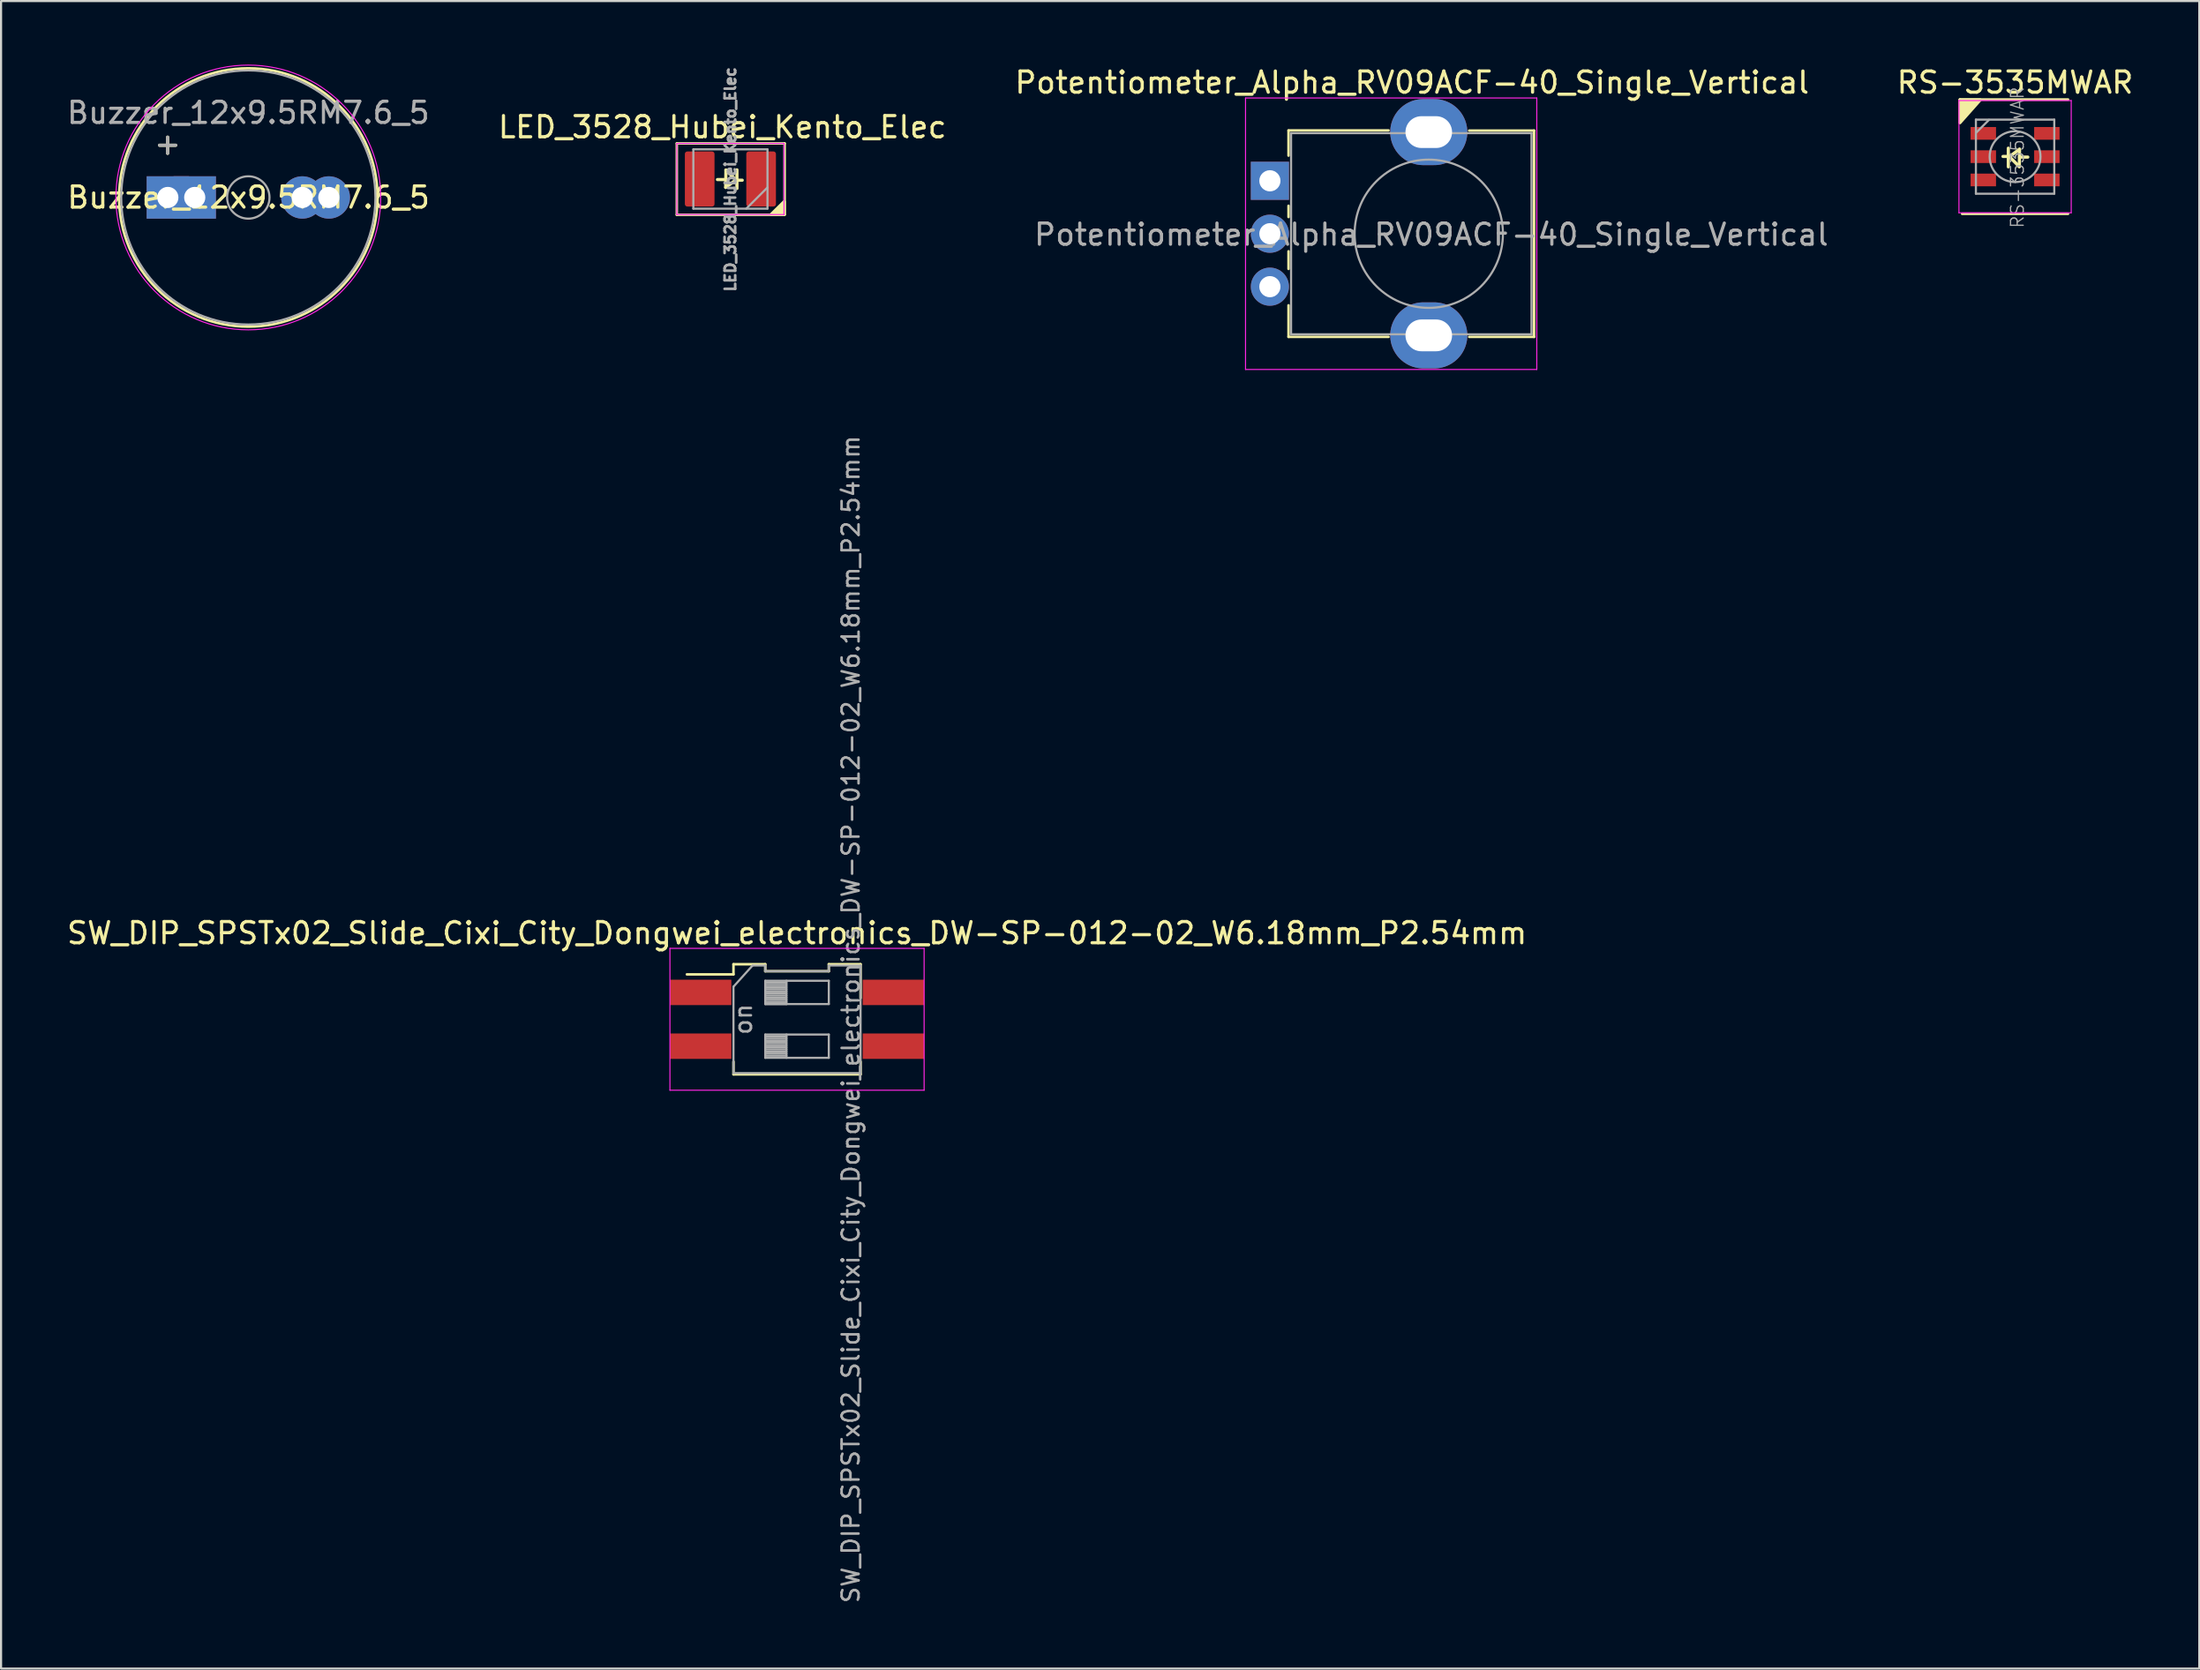
<source format=kicad_pcb>
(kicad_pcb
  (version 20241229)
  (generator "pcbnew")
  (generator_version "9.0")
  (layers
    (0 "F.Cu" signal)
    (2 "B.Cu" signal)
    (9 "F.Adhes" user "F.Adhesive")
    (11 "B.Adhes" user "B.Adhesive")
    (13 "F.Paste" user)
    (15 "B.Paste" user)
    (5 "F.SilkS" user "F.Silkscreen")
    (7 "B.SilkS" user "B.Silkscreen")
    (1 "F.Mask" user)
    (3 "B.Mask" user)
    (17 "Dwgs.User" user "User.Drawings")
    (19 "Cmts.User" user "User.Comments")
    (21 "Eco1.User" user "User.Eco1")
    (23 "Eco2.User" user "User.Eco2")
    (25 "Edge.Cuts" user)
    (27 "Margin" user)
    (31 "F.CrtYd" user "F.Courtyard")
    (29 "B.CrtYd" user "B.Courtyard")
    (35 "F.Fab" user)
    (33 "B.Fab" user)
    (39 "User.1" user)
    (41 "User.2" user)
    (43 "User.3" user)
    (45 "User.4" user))
  (footprint "Potentiometer_Alpha_RV09ACF-40_Single_Vertical"
    (layer "F.Cu")
    (at 56.901 5.488)
    (property "Reference" "Potentiometer_Alpha_RV09ACF-40_Single_Vertical" (at 6.71 -4.64 180) (layer "F.SilkS") (effects (font (size 1 1) (thickness 0.15))))
    (attr through_hole)
    (fp_line (start 0.88 -2.38) (end 5.6 -2.38) (stroke (width 0.12) (type solid)) (layer "F.SilkS"))
    (fp_line (start 0.88 -1.19) (end 0.88 -2.37) (stroke (width 0.12) (type solid)) (layer "F.SilkS"))
    (fp_line (start 0.88 1.71) (end 0.88 1.18) (stroke (width 0.12) (type solid)) (layer "F.SilkS"))
    (fp_line (start 0.88 4.16) (end 0.88 3.33) (stroke (width 0.12) (type solid)) (layer "F.SilkS"))
    (fp_line (start 0.88 7.37) (end 0.88 5.88) (stroke (width 0.12) (type solid)) (layer "F.SilkS"))
    (fp_line (start 0.88 7.37) (end 5.6 7.37) (stroke (width 0.12) (type solid)) (layer "F.SilkS"))
    (fp_line (start 9.41 -2.37) (end 12.47 -2.37) (stroke (width 0.12) (type solid)) (layer "F.SilkS"))
    (fp_line (start 9.41 7.37) (end 12.47 7.37) (stroke (width 0.12) (type solid)) (layer "F.SilkS"))
    (fp_line (start 12.47 7.37) (end 12.47 -2.37) (stroke (width 0.12) (type solid)) (layer "F.SilkS"))
    (fp_line (start -1.15 -3.91) (end -1.15 8.91) (stroke (width 0.05) (type solid)) (layer "F.CrtYd"))
    (fp_line (start -1.15 8.91) (end 12.6 8.91) (stroke (width 0.05) (type solid)) (layer "F.CrtYd"))
    (fp_line (start 12.6 -3.91) (end -1.15 -3.91) (stroke (width 0.05) (type solid)) (layer "F.CrtYd"))
    (fp_line (start 12.6 8.91) (end 12.6 -3.91) (stroke (width 0.05) (type solid)) (layer "F.CrtYd"))
    (fp_line (start 1 -2.25) (end 12.35 -2.25) (stroke (width 0.1) (type solid)) (layer "F.Fab"))
    (fp_line (start 1 7.25) (end 1 -2.25) (stroke (width 0.1) (type solid)) (layer "F.Fab"))
    (fp_line (start 1 7.25) (end 12.35 7.25) (stroke (width 0.1) (type solid)) (layer "F.Fab"))
    (fp_line (start 12.35 7.25) (end 12.35 -2.25) (stroke (width 0.1) (type solid)) (layer "F.Fab"))
    (fp_circle (center 7.5 2.5) (end 7.5 -1) (stroke (width 0.1) (type solid)) (fill no) (layer "F.Fab"))
    (fp_text user "${REFERENCE}" (at 7.62 2.54 0) (layer "F.Fab") (effects (font (size 1 1) (thickness 0.15))))
    (pad "" thru_hole oval (at 7.5 -2.3 90) (size 3.12 3.64) (drill oval 1.5 2.2) (layers "*.Cu" "*.Mask"))
    (pad "" thru_hole oval (at 7.5 7.3 90) (size 3.12 3.64) (drill oval 1.5 2.2) (layers "*.Cu" "*.Mask"))
    (pad "1" thru_hole rect (at 0 0 90) (size 1.8 1.8) (drill 1) (layers "*.Cu" "*.Mask"))
    (pad "2" thru_hole circle (at 0 2.5 90) (size 1.8 1.8) (drill 1) (layers "*.Cu" "*.Mask"))
    (pad "3" thru_hole circle (at 0 5 90) (size 1.8 1.8) (drill 1) (layers "*.Cu" "*.Mask")))
  (footprint "RS-3535MWAR"
    (layer "F.Cu")
    (at 92.081 4.348)
    (property "Reference" "RS-3535MWAR" (at 0 -3.5 180) (layer "F.SilkS") (effects (font (size 1 1) (thickness 0.15))))
    (attr smd)
    (fp_line (start -2.61 -1.6) (end -2.61 -2.7) (stroke (width 0.12) (type solid)) (layer "F.SilkS"))
    (fp_line (start -2.6 -2.7) (end 2.5 -2.7) (stroke (width 0.12) (type solid)) (layer "F.SilkS"))
    (fp_line (start -0.57 -0.01) (end -0.28 -0.01) (stroke (width 0.15) (type solid)) (layer "F.SilkS"))
    (fp_line (start -0.32 0.48) (end -0.32 -0.4) (stroke (width 0.15) (type solid)) (layer "F.SilkS"))
    (fp_line (start -0.27 0) (end 0.2 0.47) (stroke (width 0.15) (type solid)) (layer "F.SilkS"))
    (fp_line (start 0.2 0.47) (end 0.21 -0.35) (stroke (width 0.15) (type solid)) (layer "F.SilkS"))
    (fp_line (start 0.21 -0.35) (end -0.27 0) (stroke (width 0.15) (type solid)) (layer "F.SilkS"))
    (fp_line (start 0.21 0.02) (end 0.6 0.02) (stroke (width 0.15) (type solid)) (layer "F.SilkS"))
    (fp_line (start 2.5 2.7) (end -2.5 2.7) (stroke (width 0.12) (type solid)) (layer "F.SilkS"))
    (fp_poly (pts (xy -2.6 -2.68) (xy -2.6 -1.61) (xy -1.65 -2.68)) (stroke (width 0.15) (type solid)) (fill yes) (layer "F.SilkS"))
    (fp_line (start -2.65 -2.65) (end -2.65 2.65) (stroke (width 0.05) (type solid)) (layer "F.CrtYd"))
    (fp_line (start -2.65 2.65) (end 2.65 2.65) (stroke (width 0.05) (type solid)) (layer "F.CrtYd"))
    (fp_line (start 2.65 -2.65) (end -2.65 -2.65) (stroke (width 0.05) (type solid)) (layer "F.CrtYd"))
    (fp_line (start 2.65 2.65) (end 2.65 -2.65) (stroke (width 0.05) (type solid)) (layer "F.CrtYd"))
    (fp_line (start -1.85 -1.75) (end -1.85 1.75) (stroke (width 0.1) (type solid)) (layer "F.Fab"))
    (fp_line (start -1.85 1.75) (end 1.85 1.75) (stroke (width 0.1) (type solid)) (layer "F.Fab"))
    (fp_line (start -1.83 -1.14) (end -1.23 -1.74) (stroke (width 0.1) (type solid)) (layer "F.Fab"))
    (fp_line (start 1.85 -1.75) (end -1.85 -1.75) (stroke (width 0.1) (type solid)) (layer "F.Fab"))
    (fp_line (start 1.85 1.75) (end 1.85 -1.75) (stroke (width 0.1) (type solid)) (layer "F.Fab"))
    (fp_circle (center 0 0) (end 1.2 0) (stroke (width 0.1) (type solid)) (fill no) (layer "F.Fab"))
    (fp_text user "${REFERENCE}" (at 0.11 0.04 90) (layer "F.Fab") (effects (font (size 0.6 0.6) (thickness 0.06))))
    (pad "1" smd rect (at -1.5 -1.1 90) (size 0.6 1.2) (layers "F.Cu" "F.Mask" "F.Paste"))
    (pad "2" smd rect (at -1.5 0 90) (size 0.6 1.2) (layers "F.Cu" "F.Mask" "F.Paste"))
    (pad "3" smd rect (at -1.5 1.1 90) (size 0.6 1.2) (layers "F.Cu" "F.Mask" "F.Paste"))
    (pad "4" smd rect (at 1.5 1.1 90) (size 0.6 1.2) (layers "F.Cu" "F.Mask" "F.Paste"))
    (pad "5" smd rect (at 1.5 0 90) (size 0.6 1.2) (layers "F.Cu" "F.Mask" "F.Paste"))
    (pad "6" smd rect (at 1.5 -1.1 90) (size 0.6 1.2) (layers "F.Cu" "F.Mask" "F.Paste")))
  (footprint "SW_DIP_SPSTx02_Slide_Cixi_City_Dongwei_electronics_DW-SP-012-02_W6.18mm_P2.54mm"
    (layer "F.Cu")
    (at 34.577 45.085)
    (property "Reference" "SW_DIP_SPSTx02_Slide_Cixi_City_Dongwei_electronics_DW-SP-012-02_W6.18mm_P2.54mm" (at 0 -4.07 0) (layer "F.SilkS") (effects (font (size 1 1) (thickness 0.15))))
    (attr smd)
    (fp_line (start -5.2 -2.121) (end -3 -2.121) (stroke (width 0.12) (type solid)) (layer "F.SilkS"))
    (fp_line (start -3 -2.6) (end -3 -2.121) (stroke (width 0.12) (type solid)) (layer "F.SilkS"))
    (fp_line (start -3 -2.6) (end -1.5 -2.6) (stroke (width 0.12) (type solid)) (layer "F.SilkS"))
    (fp_line (start -3 2) (end -3 2.6) (stroke (width 0.12) (type solid)) (layer "F.SilkS"))
    (fp_line (start -3 2.6) (end 3 2.6) (stroke (width 0.12) (type solid)) (layer "F.SilkS"))
    (fp_line (start -1.5 -2.27) (end -1.5 -2.6) (stroke (width 0.12) (type solid)) (layer "F.SilkS"))
    (fp_line (start -1.5 -2.27) (end 1.5 -2.27) (stroke (width 0.12) (type solid)) (layer "F.SilkS"))
    (fp_line (start 1.5 -2.6) (end 3 -2.6) (stroke (width 0.12) (type solid)) (layer "F.SilkS"))
    (fp_line (start 1.5 -2.27) (end 1.5 -2.6) (stroke (width 0.12) (type solid)) (layer "F.SilkS"))
    (fp_line (start 3 -1) (end 3 -2.6) (stroke (width 0.12) (type solid)) (layer "F.SilkS"))
    (fp_line (start 3 2) (end 3 2.6) (stroke (width 0.12) (type solid)) (layer "F.SilkS"))
    (fp_line (start -6 -3.35) (end -6 3.35) (stroke (width 0.05) (type solid)) (layer "F.CrtYd"))
    (fp_line (start -6 3.35) (end 6 3.35) (stroke (width 0.05) (type solid)) (layer "F.CrtYd"))
    (fp_line (start 6 -3.35) (end -6 -3.35) (stroke (width 0.05) (type solid)) (layer "F.CrtYd"))
    (fp_line (start 6 3.35) (end 6 -3.35) (stroke (width 0.05) (type solid)) (layer "F.CrtYd"))
    (fp_line (start -3 -1.54) (end -2.1 -2.54) (stroke (width 0.1) (type solid)) (layer "F.Fab"))
    (fp_line (start -3 2.54) (end -3 -1.54) (stroke (width 0.1) (type solid)) (layer "F.Fab"))
    (fp_line (start -2.1 -2.54) (end -1.5 -2.54) (stroke (width 0.1) (type solid)) (layer "F.Fab"))
    (fp_line (start -1.5 -2.54) (end -1.5 -2.27) (stroke (width 0.1) (type solid)) (layer "F.Fab"))
    (fp_line (start -1.5 -1.82) (end -1.5 -0.72) (stroke (width 0.1) (type solid)) (layer "F.Fab"))
    (fp_line (start -1.5 -1.72) (end -0.5 -1.72) (stroke (width 0.1) (type solid)) (layer "F.Fab"))
    (fp_line (start -1.5 -1.62) (end -0.5 -1.62) (stroke (width 0.1) (type solid)) (layer "F.Fab"))
    (fp_line (start -1.5 -1.52) (end -0.5 -1.52) (stroke (width 0.1) (type solid)) (layer "F.Fab"))
    (fp_line (start -1.5 -1.42) (end -0.5 -1.42) (stroke (width 0.1) (type solid)) (layer "F.Fab"))
    (fp_line (start -1.5 -1.32) (end -0.5 -1.32) (stroke (width 0.1) (type solid)) (layer "F.Fab"))
    (fp_line (start -1.5 -1.22) (end -0.5 -1.22) (stroke (width 0.1) (type solid)) (layer "F.Fab"))
    (fp_line (start -1.5 -1.12) (end -0.5 -1.12) (stroke (width 0.1) (type solid)) (layer "F.Fab"))
    (fp_line (start -1.5 -1.02) (end -0.5 -1.02) (stroke (width 0.1) (type solid)) (layer "F.Fab"))
    (fp_line (start -1.5 -0.92) (end -0.5 -0.92) (stroke (width 0.1) (type solid)) (layer "F.Fab"))
    (fp_line (start -1.5 -0.82) (end -0.5 -0.82) (stroke (width 0.1) (type solid)) (layer "F.Fab"))
    (fp_line (start -1.5 -0.72) (end -0.5 -0.72) (stroke (width 0.1) (type solid)) (layer "F.Fab"))
    (fp_line (start -1.5 -0.72) (end 1.5 -0.72) (stroke (width 0.1) (type solid)) (layer "F.Fab"))
    (fp_line (start -1.5 0.72) (end -1.5 1.82) (stroke (width 0.1) (type solid)) (layer "F.Fab"))
    (fp_line (start -1.5 0.82) (end -0.5 0.82) (stroke (width 0.1) (type solid)) (layer "F.Fab"))
    (fp_line (start -1.5 0.92) (end -0.5 0.92) (stroke (width 0.1) (type solid)) (layer "F.Fab"))
    (fp_line (start -1.5 1.02) (end -0.5 1.02) (stroke (width 0.1) (type solid)) (layer "F.Fab"))
    (fp_line (start -1.5 1.12) (end -0.5 1.12) (stroke (width 0.1) (type solid)) (layer "F.Fab"))
    (fp_line (start -1.5 1.22) (end -0.5 1.22) (stroke (width 0.1) (type solid)) (layer "F.Fab"))
    (fp_line (start -1.5 1.32) (end -0.5 1.32) (stroke (width 0.1) (type solid)) (layer "F.Fab"))
    (fp_line (start -1.5 1.42) (end -0.5 1.42) (stroke (width 0.1) (type solid)) (layer "F.Fab"))
    (fp_line (start -1.5 1.52) (end -0.5 1.52) (stroke (width 0.1) (type solid)) (layer "F.Fab"))
    (fp_line (start -1.5 1.62) (end -0.5 1.62) (stroke (width 0.1) (type solid)) (layer "F.Fab"))
    (fp_line (start -1.5 1.72) (end -0.5 1.72) (stroke (width 0.1) (type solid)) (layer "F.Fab"))
    (fp_line (start -1.5 1.82) (end 1.5 1.82) (stroke (width 0.1) (type solid)) (layer "F.Fab"))
    (fp_line (start -1.495 -2.27) (end 1.505 -2.27) (stroke (width 0.1) (type solid)) (layer "F.Fab"))
    (fp_line (start -0.5 -1.82) (end -0.5 -0.72) (stroke (width 0.1) (type solid)) (layer "F.Fab"))
    (fp_line (start -0.5 0.72) (end -0.5 1.82) (stroke (width 0.1) (type solid)) (layer "F.Fab"))
    (fp_line (start 1.5 -2.54) (end 1.5 -2.27) (stroke (width 0.1) (type solid)) (layer "F.Fab"))
    (fp_line (start 1.5 -2.54) (end 3 -2.54) (stroke (width 0.1) (type solid)) (layer "F.Fab"))
    (fp_line (start 1.5 -1.82) (end -1.5 -1.82) (stroke (width 0.1) (type solid)) (layer "F.Fab"))
    (fp_line (start 1.5 -0.72) (end 1.5 -1.82) (stroke (width 0.1) (type solid)) (layer "F.Fab"))
    (fp_line (start 1.5 0.72) (end -1.5 0.72) (stroke (width 0.1) (type solid)) (layer "F.Fab"))
    (fp_line (start 1.5 1.82) (end 1.5 0.72) (stroke (width 0.1) (type solid)) (layer "F.Fab"))
    (fp_line (start 3 -2.54) (end 3 2.54) (stroke (width 0.1) (type solid)) (layer "F.Fab"))
    (fp_line (start 3 2.54) (end -3 2.54) (stroke (width 0.1) (type solid)) (layer "F.Fab"))
    (fp_text user "on" (at -2.54 0 90) (layer "F.Fab") (effects (font (size 0.8 0.8) (thickness 0.12))))
    (fp_text user "${REFERENCE}" (at 2.54 0 90) (layer "F.Fab") (effects (font (size 0.8 0.8) (thickness 0.12))))
    (pad "1" smd rect (at 4.55 1.27) (size 2.9 1.2) (layers "F.Cu" "F.Mask" "F.Paste"))
    (pad "2" smd rect (at 4.55 -1.27) (size 2.9 1.2) (layers "F.Cu" "F.Mask" "F.Paste"))
    (pad "3" smd rect (at -4.55 -1.27) (size 2.9 1.2) (layers "F.Cu" "F.Mask" "F.Paste"))
    (pad "4" smd rect (at -4.55 1.27) (size 2.9 1.2) (layers "F.Cu" "F.Mask" "F.Paste")))
  (footprint "LED_3528_Hubei_Kento_Elec"
    (layer "F.Cu")
    (at 31.432 5.403)
    (property "Reference" "LED_3528_Hubei_Kento_Elec" (at -0.38 -2.45 0) (layer "F.SilkS") (effects (font (size 1 1) (thickness 0.15))))
    (attr smd)
    (fp_line (start -2.53 -1.68) (end -2.53 1.69) (stroke (width 0.12) (type solid)) (layer "F.SilkS"))
    (fp_line (start -2.53 1.69) (end 2.56 1.69) (stroke (width 0.12) (type solid)) (layer "F.SilkS"))
    (fp_line (start -0.222 0.027) (end -0.612 0.027) (stroke (width 0.15) (type solid)) (layer "F.SilkS"))
    (fp_line (start -0.222 0.397) (end 0.258 0.047) (stroke (width 0.15) (type solid)) (layer "F.SilkS"))
    (fp_line (start -0.212 -0.423) (end -0.222 0.397) (stroke (width 0.15) (type solid)) (layer "F.SilkS"))
    (fp_line (start 0.258 0.047) (end -0.212 -0.423) (stroke (width 0.15) (type solid)) (layer "F.SilkS"))
    (fp_line (start 0.308 -0.433) (end 0.308 0.447) (stroke (width 0.15) (type solid)) (layer "F.SilkS"))
    (fp_line (start 0.558 0.057) (end 0.268 0.057) (stroke (width 0.15) (type solid)) (layer "F.SilkS"))
    (fp_line (start 2.56 -1.68) (end -2.53 -1.68) (stroke (width 0.12) (type solid)) (layer "F.SilkS"))
    (fp_line (start 2.56 -1.68) (end 2.56 1.68) (stroke (width 0.12) (type solid)) (layer "F.SilkS"))
    (fp_poly (pts (xy 1.93 1.67) (xy 2.54 1.67) (xy 2.54 1.07)) (stroke (width 0.15) (type solid)) (fill yes) (layer "F.SilkS"))
    (fp_line (start -2.53 -1.68) (end 2.53 -1.68) (stroke (width 0.05) (type solid)) (layer "F.CrtYd"))
    (fp_line (start -2.53 1.68) (end -2.53 -1.68) (stroke (width 0.05) (type solid)) (layer "F.CrtYd"))
    (fp_line (start 2.53 -1.68) (end 2.53 1.68) (stroke (width 0.05) (type solid)) (layer "F.CrtYd"))
    (fp_line (start 2.53 1.68) (end -2.53 1.68) (stroke (width 0.05) (type solid)) (layer "F.CrtYd"))
    (fp_line (start -1.75 -1.4) (end 1.75 -1.4) (stroke (width 0.1) (type solid)) (layer "F.Fab"))
    (fp_line (start -1.75 1.4) (end -1.75 -1.4) (stroke (width 0.1) (type solid)) (layer "F.Fab"))
    (fp_line (start 1.75 -1.4) (end 1.75 1.4) (stroke (width 0.1) (type solid)) (layer "F.Fab"))
    (fp_line (start 1.75 0.4) (end 0.75 1.4) (stroke (width 0.1) (type solid)) (layer "F.Fab"))
    (fp_line (start 1.75 1.4) (end -1.75 1.4) (stroke (width 0.1) (type solid)) (layer "F.Fab"))
    (fp_text user "${REFERENCE}" (at 0 0.02 90) (layer "F.Fab") (effects (font (size 0.5 0.5) (thickness 0.125))))
    (pad "1" smd roundrect (at 1.45 0) (size 1.4 2.6) (layers "F.Cu" "F.Mask" "F.Paste") (roundrect_rratio 0.083))
    (pad "2" smd roundrect (at -1.45 0) (size 1.4 2.6) (layers "F.Cu" "F.Mask" "F.Paste") (roundrect_rratio 0.083)))
  (footprint "Buzzer_12x9.5RM7.6_5"
    (layer "F.Cu")
    (at 4.873 6.275)
    (property "Reference" "Buzzer_12x9.5RM7.6_5" (at 3.81 0 180) (layer "F.SilkS") (effects (font (size 1 1) (thickness 0.15))))
    (attr through_hole)
    (fp_circle (center 3.8 0) (end 9.9 0) (stroke (width 0.12) (type solid)) (fill no) (layer "F.SilkS"))
    (fp_circle (center 3.8 0) (end 10.05 0) (stroke (width 0.05) (type solid)) (fill no) (layer "F.CrtYd"))
    (fp_circle (center 3.8 0) (end 4.8 0) (stroke (width 0.1) (type solid)) (fill no) (layer "F.Fab"))
    (fp_circle (center 3.8 0) (end 9.8 0) (stroke (width 0.1) (type solid)) (fill no) (layer "F.Fab"))
    (fp_text user "+" (at -0.01 -2.54 0) (layer "F.SilkS") (effects (font (size 1 1) (thickness 0.15))))
    (fp_text user "${REFERENCE}" (at 3.8 -4 0) (layer "F.Fab") (effects (font (size 1 1) (thickness 0.15))))
    (fp_text user "+" (at -0.01 -2.54 0) (layer "F.Fab") (effects (font (size 1 1) (thickness 0.15))))
    (pad "1" thru_hole rect (at 0 0) (size 2 2) (drill 1) (layers "*.Cu" "*.Mask"))
    (pad "1" thru_hole rect (at 1.27 0) (size 2 2) (drill 1) (layers "*.Cu" "*.Mask"))
    (pad "2" thru_hole circle (at 6.35 0) (size 2 2) (drill 1) (layers "*.Cu" "*.Mask"))
    (pad "2" thru_hole circle (at 7.6 0) (size 2 2) (drill 1) (layers "*.Cu" "*.Mask")))
  (gr_rect
    (start -3 -3)
    (end 100.777 75.747)
    (stroke (width 0.1) (type default))
    (fill no)
    (layer "Edge.Cuts")))
</source>
